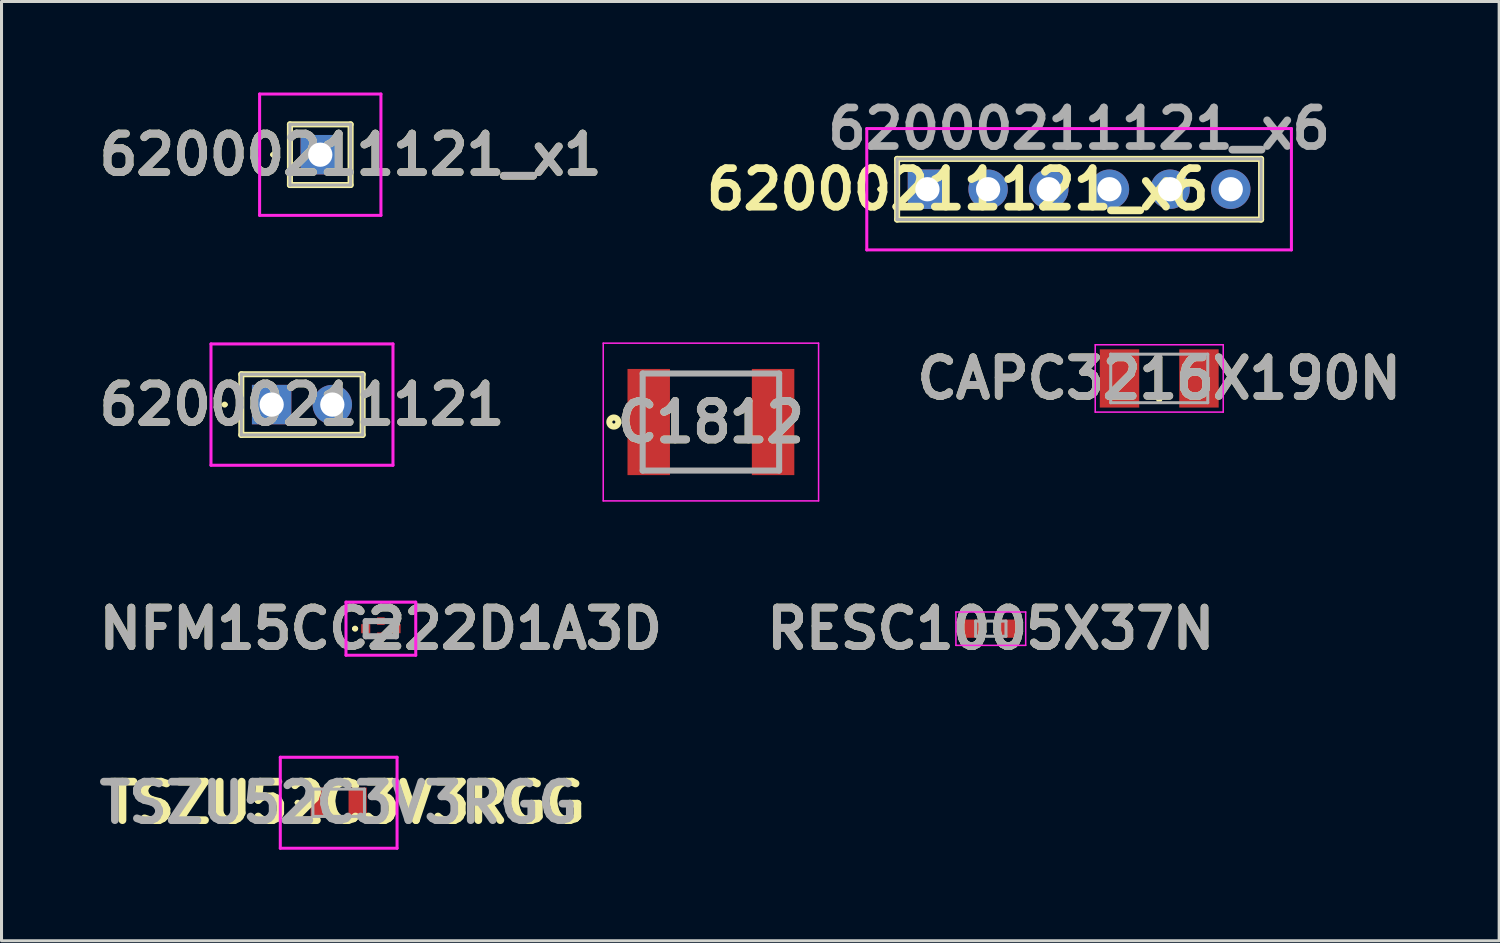
<source format=kicad_pcb>
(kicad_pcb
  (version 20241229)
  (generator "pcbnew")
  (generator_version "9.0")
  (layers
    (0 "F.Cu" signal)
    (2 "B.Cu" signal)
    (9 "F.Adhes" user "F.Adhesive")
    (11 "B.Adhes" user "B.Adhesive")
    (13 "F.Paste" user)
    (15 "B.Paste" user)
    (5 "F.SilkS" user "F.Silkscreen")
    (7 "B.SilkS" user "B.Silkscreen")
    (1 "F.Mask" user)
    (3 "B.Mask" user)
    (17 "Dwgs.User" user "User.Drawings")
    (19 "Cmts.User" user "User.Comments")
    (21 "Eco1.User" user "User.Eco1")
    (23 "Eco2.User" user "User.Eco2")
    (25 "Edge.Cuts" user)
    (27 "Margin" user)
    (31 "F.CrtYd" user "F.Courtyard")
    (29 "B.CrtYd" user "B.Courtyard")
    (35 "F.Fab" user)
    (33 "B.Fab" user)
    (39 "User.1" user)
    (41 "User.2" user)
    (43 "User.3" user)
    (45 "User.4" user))
  (footprint "62000211121"
    (layer "F.Cu")
    (at 5.906 10.289)
    (property "Reference" "62000211121" (at 1 0 0) (layer "F.SilkS") (effects (font (size 1.27 1.27) (thickness 0.254))))
    (attr through_hole)
    (fp_line (start -1.6 0) (end -1.6 0) (stroke (width 0.1) (type solid)) (layer "F.SilkS"))
    (fp_line (start -1.5 0) (end -1.5 0) (stroke (width 0.1) (type solid)) (layer "F.SilkS"))
    (fp_line (start -1 -1) (end 3 -1) (stroke (width 0.2) (type solid)) (layer "F.SilkS"))
    (fp_line (start -1 1) (end -1 -1) (stroke (width 0.2) (type solid)) (layer "F.SilkS"))
    (fp_line (start 3 -1) (end 3 1) (stroke (width 0.2) (type solid)) (layer "F.SilkS"))
    (fp_line (start 3 1) (end -1 1) (stroke (width 0.2) (type solid)) (layer "F.SilkS"))
    (fp_arc (start -1.6 0) (mid -1.55 -0.05) (end -1.5 0) (stroke (width 0.1) (type solid)) (layer "F.SilkS"))
    (fp_arc (start -1.5 0) (mid -1.55 0.05) (end -1.6 0) (stroke (width 0.1) (type solid)) (layer "F.SilkS"))
    (fp_line (start -2 -2) (end 4 -2) (stroke (width 0.1) (type solid)) (layer "F.CrtYd"))
    (fp_line (start -2 2) (end -2 -2) (stroke (width 0.1) (type solid)) (layer "F.CrtYd"))
    (fp_line (start 4 -2) (end 4 2) (stroke (width 0.1) (type solid)) (layer "F.CrtYd"))
    (fp_line (start 4 2) (end -2 2) (stroke (width 0.1) (type solid)) (layer "F.CrtYd"))
    (fp_line (start -1 -1) (end 3 -1) (stroke (width 0.1) (type solid)) (layer "F.Fab"))
    (fp_line (start -1 1) (end -1 -1) (stroke (width 0.1) (type solid)) (layer "F.Fab"))
    (fp_line (start 3 -1) (end 3 1) (stroke (width 0.1) (type solid)) (layer "F.Fab"))
    (fp_line (start 3 1) (end -1 1) (stroke (width 0.1) (type solid)) (layer "F.Fab"))
    (fp_text user "${REFERENCE}" (at 1 0 0) (layer "F.Fab") (effects (font (size 1.27 1.27) (thickness 0.254))))
    (pad "1" thru_hole rect (at 0 0) (size 1.3 1.3) (drill 0.8) (layers "*.Cu" "*.Mask"))
    (pad "2" thru_hole circle (at 2 0) (size 1.3 1.3) (drill 0.8) (layers "*.Cu" "*.Mask")))
  (footprint "NFM15CC222D1A3D"
    (layer "F.Cu")
    (at 9.507 17.677)
    (property "Reference" "NFM15CC222D1A3D" (at 0 0 0) (layer "F.SilkS") (effects (font (size 1.27 1.27) (thickness 0.254))))
    (attr smd)
    (fp_line (start -0.9 0) (end -0.9 0) (stroke (width 0.1) (type solid)) (layer "F.SilkS"))
    (fp_line (start -0.8 0) (end -0.8 0) (stroke (width 0.1) (type solid)) (layer "F.SilkS"))
    (fp_arc (start -0.9 0) (mid -0.85 -0.05) (end -0.8 0) (stroke (width 0.1) (type solid)) (layer "F.SilkS"))
    (fp_arc (start -0.8 0) (mid -0.85 0.05) (end -0.9 0) (stroke (width 0.1) (type solid)) (layer "F.SilkS"))
    (fp_line (start -1.15 -0.875) (end 1.15 -0.875) (stroke (width 0.1) (type solid)) (layer "F.CrtYd"))
    (fp_line (start -1.15 0.875) (end -1.15 -0.875) (stroke (width 0.1) (type solid)) (layer "F.CrtYd"))
    (fp_line (start 1.15 -0.875) (end 1.15 0.875) (stroke (width 0.1) (type solid)) (layer "F.CrtYd"))
    (fp_line (start 1.15 0.875) (end -1.15 0.875) (stroke (width 0.1) (type solid)) (layer "F.CrtYd"))
    (fp_line (start -0.5 -0.25) (end 0.5 -0.25) (stroke (width 0.2) (type solid)) (layer "F.Fab"))
    (fp_line (start -0.5 0.25) (end -0.5 -0.25) (stroke (width 0.2) (type solid)) (layer "F.Fab"))
    (fp_line (start 0.5 -0.25) (end 0.5 0.25) (stroke (width 0.2) (type solid)) (layer "F.Fab"))
    (fp_line (start 0.5 0.25) (end -0.5 0.25) (stroke (width 0.2) (type solid)) (layer "F.Fab"))
    (fp_text user "${REFERENCE}" (at 0 0 0) (layer "F.Fab") (effects (font (size 1.27 1.27) (thickness 0.254))))
    (pad "1" smd rect (at -0.5 0) (size 0.3 0.3) (layers "F.Cu" "F.Mask" "F.Paste"))
    (pad "2" smd rect (at 0 0.25) (size 0.25 0.25) (layers "F.Cu" "F.Mask" "F.Paste"))
    (pad "3" smd rect (at 0.5 0) (size 0.3 0.3) (layers "F.Cu" "F.Mask" "F.Paste"))
    (pad "4" smd rect (at 0 -0.25) (size 0.25 0.25) (layers "F.Cu" "F.Mask" "F.Paste")))
  (footprint "62000211121_x6"
    (layer "F.Cu")
    (at 27.527 3.189)
    (property "Reference" "62000211121_x6" (at 1 0 0) (layer "F.SilkS") (effects (font (size 1.27 1.27) (thickness 0.254))))
    (attr through_hole)
    (fp_line (start -1.6 0) (end -1.6 0) (stroke (width 0.1) (type solid)) (layer "F.SilkS"))
    (fp_line (start -1.5 0) (end -1.5 0) (stroke (width 0.1) (type solid)) (layer "F.SilkS"))
    (fp_line (start -1 -1) (end 11 -1) (stroke (width 0.2) (type solid)) (layer "F.SilkS"))
    (fp_line (start -1 1) (end -1 -1) (stroke (width 0.2) (type solid)) (layer "F.SilkS"))
    (fp_line (start 11 -1) (end 11 1) (stroke (width 0.2) (type solid)) (layer "F.SilkS"))
    (fp_line (start 11 1) (end -1 1) (stroke (width 0.2) (type solid)) (layer "F.SilkS"))
    (fp_arc (start -1.6 0) (mid -1.55 -0.05) (end -1.5 0) (stroke (width 0.1) (type solid)) (layer "F.SilkS"))
    (fp_arc (start -1.5 0) (mid -1.55 0.05) (end -1.6 0) (stroke (width 0.1) (type solid)) (layer "F.SilkS"))
    (fp_line (start -2 -2) (end 12 -2) (stroke (width 0.1) (type solid)) (layer "F.CrtYd"))
    (fp_line (start -2 2) (end -2 -2) (stroke (width 0.1) (type solid)) (layer "F.CrtYd"))
    (fp_line (start 12 -2) (end 12 2) (stroke (width 0.1) (type solid)) (layer "F.CrtYd"))
    (fp_line (start 12 2) (end -2 2) (stroke (width 0.1) (type solid)) (layer "F.CrtYd"))
    (fp_line (start -1 -1) (end 11 -1) (stroke (width 0.1) (type solid)) (layer "F.Fab"))
    (fp_line (start -1 1) (end -1 -1) (stroke (width 0.1) (type solid)) (layer "F.Fab"))
    (fp_line (start 11 -1) (end 11 1) (stroke (width 0.1) (type solid)) (layer "F.Fab"))
    (fp_line (start 11 1) (end -1 1) (stroke (width 0.1) (type solid)) (layer "F.Fab"))
    (fp_text user "${REFERENCE}" (at 5 -2 0) (layer "F.Fab") (effects (font (size 1.27 1.27) (thickness 0.254))))
    (pad "1" thru_hole rect (at 0 0) (size 1.3 1.3) (drill 0.8) (layers "*.Cu" "*.Mask"))
    (pad "2" thru_hole circle (at 2 0) (size 1.3 1.3) (drill 0.8) (layers "*.Cu" "*.Mask"))
    (pad "3" thru_hole circle (at 4 0) (size 1.3 1.3) (drill 0.8) (layers "*.Cu" "*.Mask"))
    (pad "4" thru_hole circle (at 6 0) (size 1.3 1.3) (drill 0.8) (layers "*.Cu" "*.Mask"))
    (pad "5" thru_hole circle (at 8 0) (size 1.3 1.3) (drill 0.8) (layers "*.Cu" "*.Mask"))
    (pad "6" thru_hole circle (at 10 0) (size 1.3 1.3) (drill 0.8) (layers "*.Cu" "*.Mask")))
  (footprint "TSZU52C3V3RGG"
    (layer "F.Cu")
    (at 8.116 23.416)
    (property "Reference" "TSZU52C3V3RGG" (at 0.25 0 0) (layer "F.SilkS") (effects (font (size 1.27 1.27) (thickness 0.254))))
    (attr smd)
    (fp_line (start -1.4 0) (end -1.4 0) (stroke (width 0.1) (type solid)) (layer "F.SilkS"))
    (fp_line (start -1.3 0) (end -1.3 0) (stroke (width 0.1) (type solid)) (layer "F.SilkS"))
    (fp_arc (start -1.4 0) (mid -1.35 -0.05) (end -1.3 0) (stroke (width 0.1) (type solid)) (layer "F.SilkS"))
    (fp_arc (start -1.3 0) (mid -1.35 0.05) (end -1.4 0) (stroke (width 0.1) (type solid)) (layer "F.SilkS"))
    (fp_line (start -1.925 -1.5) (end 1.925 -1.5) (stroke (width 0.1) (type solid)) (layer "F.CrtYd"))
    (fp_line (start -1.925 1.5) (end -1.925 -1.5) (stroke (width 0.1) (type solid)) (layer "F.CrtYd"))
    (fp_line (start 1.925 -1.5) (end 1.925 1.5) (stroke (width 0.1) (type solid)) (layer "F.CrtYd"))
    (fp_line (start 1.925 1.5) (end -1.925 1.5) (stroke (width 0.1) (type solid)) (layer "F.CrtYd"))
    (fp_line (start -0.85 -0.45) (end -0.85 0.45) (stroke (width 0.1) (type solid)) (layer "F.Fab"))
    (fp_line (start -0.85 0.45) (end 0.85 0.45) (stroke (width 0.1) (type solid)) (layer "F.Fab"))
    (fp_line (start 0.85 -0.45) (end -0.85 -0.45) (stroke (width 0.1) (type solid)) (layer "F.Fab"))
    (fp_line (start 0.85 0.45) (end 0.85 -0.45) (stroke (width 0.1) (type solid)) (layer "F.Fab"))
    (fp_text user "${REFERENCE}" (at 0 0 0) (layer "F.Fab") (effects (font (size 1.27 1.27) (thickness 0.254))))
    (pad "1" smd rect (at -0.625 0) (size 0.6 1) (layers "F.Cu" "F.Mask" "F.Paste"))
    (pad "2" smd rect (at 0.625 0) (size 0.6 1) (layers "F.Cu" "F.Mask" "F.Paste")))
  (footprint "62000211121_x1"
    (layer "F.Cu")
    (at 7.509 2.05)
    (property "Reference" "62000211121_x1" (at 1 0 0) (layer "F.SilkS") (effects (font (size 1.27 1.27) (thickness 0.254))))
    (attr through_hole)
    (fp_line (start -1.6 0) (end -1.6 0) (stroke (width 0.1) (type solid)) (layer "F.SilkS"))
    (fp_line (start -1.5 0) (end -1.5 0) (stroke (width 0.1) (type solid)) (layer "F.SilkS"))
    (fp_line (start -1 -1) (end 1 -1) (stroke (width 0.2) (type solid)) (layer "F.SilkS"))
    (fp_line (start -1 1) (end -1 -1) (stroke (width 0.2) (type solid)) (layer "F.SilkS"))
    (fp_line (start 1 -1) (end 1 1) (stroke (width 0.2) (type solid)) (layer "F.SilkS"))
    (fp_line (start 1 1) (end -1 1) (stroke (width 0.2) (type solid)) (layer "F.SilkS"))
    (fp_arc (start -1.6 0) (mid -1.55 -0.05) (end -1.5 0) (stroke (width 0.1) (type solid)) (layer "F.SilkS"))
    (fp_arc (start -1.5 0) (mid -1.55 0.05) (end -1.6 0) (stroke (width 0.1) (type solid)) (layer "F.SilkS"))
    (fp_line (start -2 -2) (end 2 -2) (stroke (width 0.1) (type solid)) (layer "F.CrtYd"))
    (fp_line (start -2 2) (end -2 -2) (stroke (width 0.1) (type solid)) (layer "F.CrtYd"))
    (fp_line (start 2 -2) (end 2 2) (stroke (width 0.1) (type solid)) (layer "F.CrtYd"))
    (fp_line (start 2 2) (end -2 2) (stroke (width 0.1) (type solid)) (layer "F.CrtYd"))
    (fp_line (start -1 -1) (end 1 -1) (stroke (width 0.1) (type solid)) (layer "F.Fab"))
    (fp_line (start -1 1) (end -1 -1) (stroke (width 0.1) (type solid)) (layer "F.Fab"))
    (fp_line (start 1 -1) (end 1 1) (stroke (width 0.1) (type solid)) (layer "F.Fab"))
    (fp_line (start 1 1) (end -1 1) (stroke (width 0.1) (type solid)) (layer "F.Fab"))
    (fp_text user "${REFERENCE}" (at 1 0 0) (layer "F.Fab") (effects (font (size 1.27 1.27) (thickness 0.254))))
    (pad "1" thru_hole rect (at 0 0) (size 1.3 1.3) (drill 0.8) (layers "*.Cu" "*.Mask")))
  (footprint "C1812"
    (layer "F.Cu")
    (at 20.388 10.864)
    (property "Reference" "C1812" (at 0 0 0) (layer "F.SilkS") (effects (font (size 1.27 1.27) (thickness 0.254))))
    (attr smd)
    (fp_circle (center -3.2 0) (end -3.2 0.05) (stroke (width 0.2) (type solid)) (fill no) (layer "F.SilkS"))
    (fp_line (start -3.55 -2.6) (end 3.55 -2.6) (stroke (width 0.05) (type solid)) (layer "F.CrtYd"))
    (fp_line (start -3.55 2.6) (end -3.55 -2.6) (stroke (width 0.05) (type solid)) (layer "F.CrtYd"))
    (fp_line (start 3.55 -2.6) (end 3.55 2.6) (stroke (width 0.05) (type solid)) (layer "F.CrtYd"))
    (fp_line (start 3.55 2.6) (end -3.55 2.6) (stroke (width 0.05) (type solid)) (layer "F.CrtYd"))
    (fp_line (start -2.25 -1.6) (end 2.25 -1.6) (stroke (width 0.2) (type solid)) (layer "F.Fab"))
    (fp_line (start -2.25 1.6) (end -2.25 -1.6) (stroke (width 0.2) (type solid)) (layer "F.Fab"))
    (fp_line (start 2.25 -1.6) (end 2.25 1.6) (stroke (width 0.2) (type solid)) (layer "F.Fab"))
    (fp_line (start 2.25 1.6) (end -2.25 1.6) (stroke (width 0.2) (type solid)) (layer "F.Fab"))
    (fp_text user "${REFERENCE}" (at 0 0 0) (layer "F.Fab") (effects (font (size 1.27 1.27) (thickness 0.254))))
    (pad "1" smd rect (at -2.05 0) (size 1.4 3.5) (layers "F.Cu" "F.Mask" "F.Paste"))
    (pad "2" smd rect (at 2.05 0) (size 1.4 3.5) (layers "F.Cu" "F.Mask" "F.Paste")))
  (footprint "CAPC3216X190N"
    (layer "F.Cu")
    (at 35.169 9.427)
    (property "Reference" "CAPC3216X190N" (at 0 0 0) (layer "F.SilkS") (effects (font (size 1.27 1.27) (thickness 0.254))))
    (attr smd)
    (fp_line (start 0 -0.7) (end 0 0.7) (stroke (width 0.2) (type solid)) (layer "F.SilkS"))
    (fp_line (start -2.11 -1.11) (end 2.11 -1.11) (stroke (width 0.05) (type solid)) (layer "F.CrtYd"))
    (fp_line (start -2.11 1.11) (end -2.11 -1.11) (stroke (width 0.05) (type solid)) (layer "F.CrtYd"))
    (fp_line (start 2.11 -1.11) (end 2.11 1.11) (stroke (width 0.05) (type solid)) (layer "F.CrtYd"))
    (fp_line (start 2.11 1.11) (end -2.11 1.11) (stroke (width 0.05) (type solid)) (layer "F.CrtYd"))
    (fp_line (start -1.6 -0.8) (end 1.6 -0.8) (stroke (width 0.1) (type solid)) (layer "F.Fab"))
    (fp_line (start -1.6 0.8) (end -1.6 -0.8) (stroke (width 0.1) (type solid)) (layer "F.Fab"))
    (fp_line (start 1.6 -0.8) (end 1.6 0.8) (stroke (width 0.1) (type solid)) (layer "F.Fab"))
    (fp_line (start 1.6 0.8) (end -1.6 0.8) (stroke (width 0.1) (type solid)) (layer "F.Fab"))
    (fp_text user "${REFERENCE}" (at 0 0 0) (layer "F.Fab") (effects (font (size 1.27 1.27) (thickness 0.254))))
    (pad "1" smd rect (at -1.31 0) (size 1.3 1.92) (layers "F.Cu" "F.Mask" "F.Paste"))
    (pad "2" smd rect (at 1.31 0) (size 1.3 1.92) (layers "F.Cu" "F.Mask" "F.Paste")))
  (footprint "RESC1005X37N"
    (layer "F.Cu")
    (at 29.616 17.677)
    (property "Reference" "RESC1005X37N" (at 0 0 0) (layer "F.SilkS") (effects (font (size 1.27 1.27) (thickness 0.254))))
    (attr smd)
    (fp_line (start -1.15 -0.55) (end 1.15 -0.55) (stroke (width 0.05) (type solid)) (layer "F.CrtYd"))
    (fp_line (start -1.15 0.55) (end -1.15 -0.55) (stroke (width 0.05) (type solid)) (layer "F.CrtYd"))
    (fp_line (start 1.15 -0.55) (end 1.15 0.55) (stroke (width 0.05) (type solid)) (layer "F.CrtYd"))
    (fp_line (start 1.15 0.55) (end -1.15 0.55) (stroke (width 0.05) (type solid)) (layer "F.CrtYd"))
    (fp_line (start -0.5 -0.25) (end 0.5 -0.25) (stroke (width 0.1) (type solid)) (layer "F.Fab"))
    (fp_line (start -0.5 0.25) (end -0.5 -0.25) (stroke (width 0.1) (type solid)) (layer "F.Fab"))
    (fp_line (start 0.5 -0.25) (end 0.5 0.25) (stroke (width 0.1) (type solid)) (layer "F.Fab"))
    (fp_line (start 0.5 0.25) (end -0.5 0.25) (stroke (width 0.1) (type solid)) (layer "F.Fab"))
    (fp_text user "${REFERENCE}" (at 0 0 0) (layer "F.Fab") (effects (font (size 1.27 1.27) (thickness 0.254))))
    (pad "1" smd rect (at -0.55 0 90) (size 0.6 0.7) (layers "F.Cu" "F.Mask" "F.Paste"))
    (pad "2" smd rect (at 0.55 0 90) (size 0.6 0.7) (layers "F.Cu" "F.Mask" "F.Paste")))
  (gr_rect
    (start -3 -3)
    (end 46.376 27.966)
    (stroke (width 0.1) (type default))
    (fill no)
    (layer "Edge.Cuts")))
</source>
